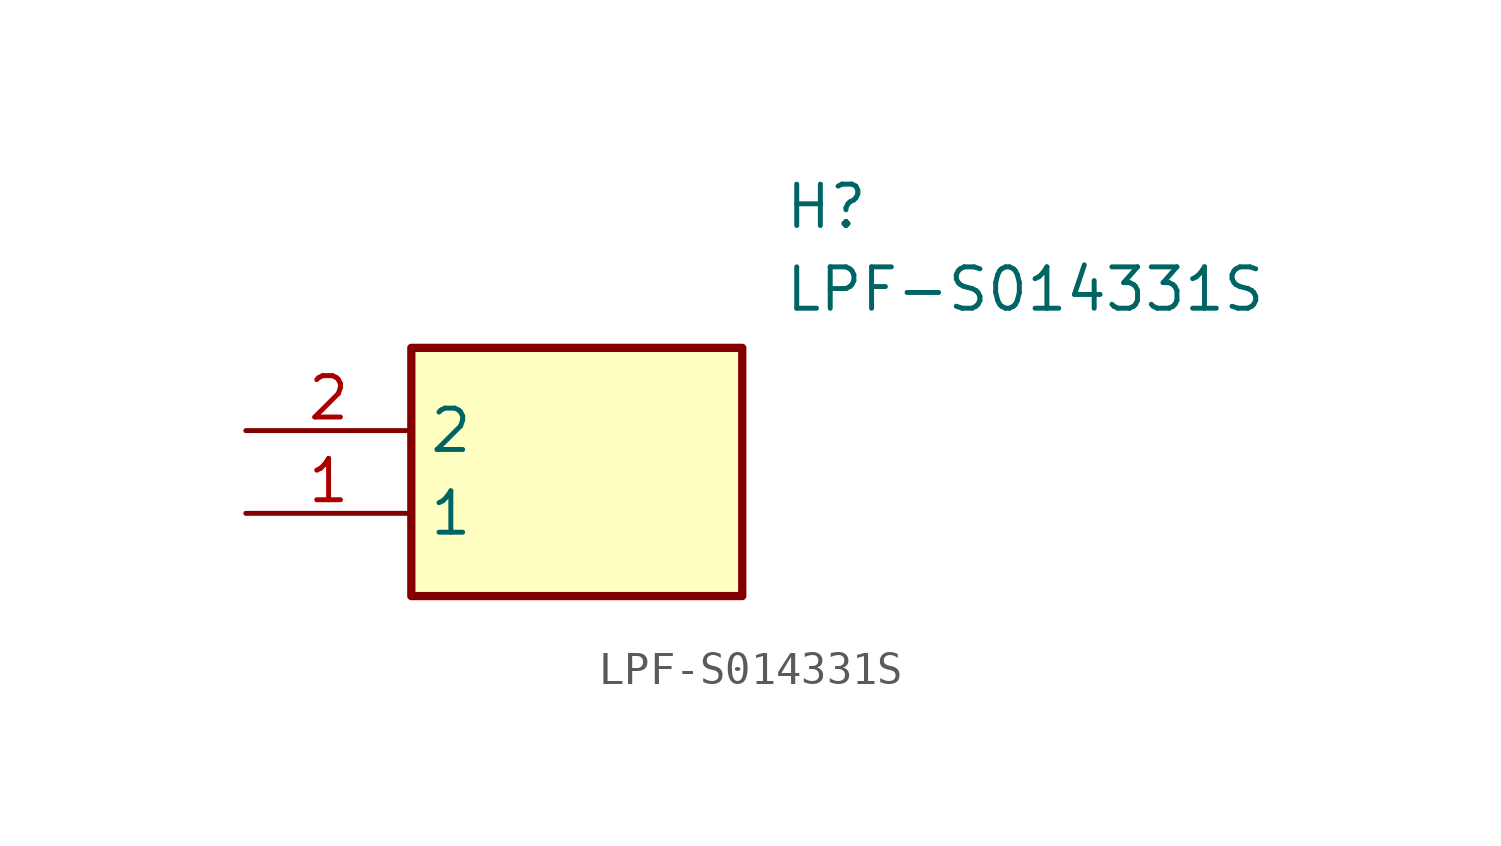
<source format=kicad_sym>
(kicad_symbol_lib
  (version 20211014)
  (generator SamacSys_ECAD_Model)
  (symbol "LPF-S014331S"
    (property "Reference" "H"
      (at 16.51 7.62 0)
      (effects (font (size 1.27 1.27)) (justify left top)))
    (property "Value" "LPF-S014331S"
      (at 16.51 5.08 0)
      (effects (font (size 1.27 1.27)) (justify left top)))
    (rectangle
      (start 5.08 2.54)
      (end 15.24 -5.08)
      (stroke (width 0.254) (type default))
      (fill (type background)))
    (pin passive line
      (at 0 -2.54 0)
      (length 5.08)
      (name "1" (effects (font (size 1.27 1.27))))
      (number "1" (effects (font (size 1.27 1.27)))))
    (pin passive line
      (at 0 0 0)
      (length 5.08)
      (name "2" (effects (font (size 1.27 1.27))))
      (number "2" (effects (font (size 1.27 1.27)))))))
</source>
